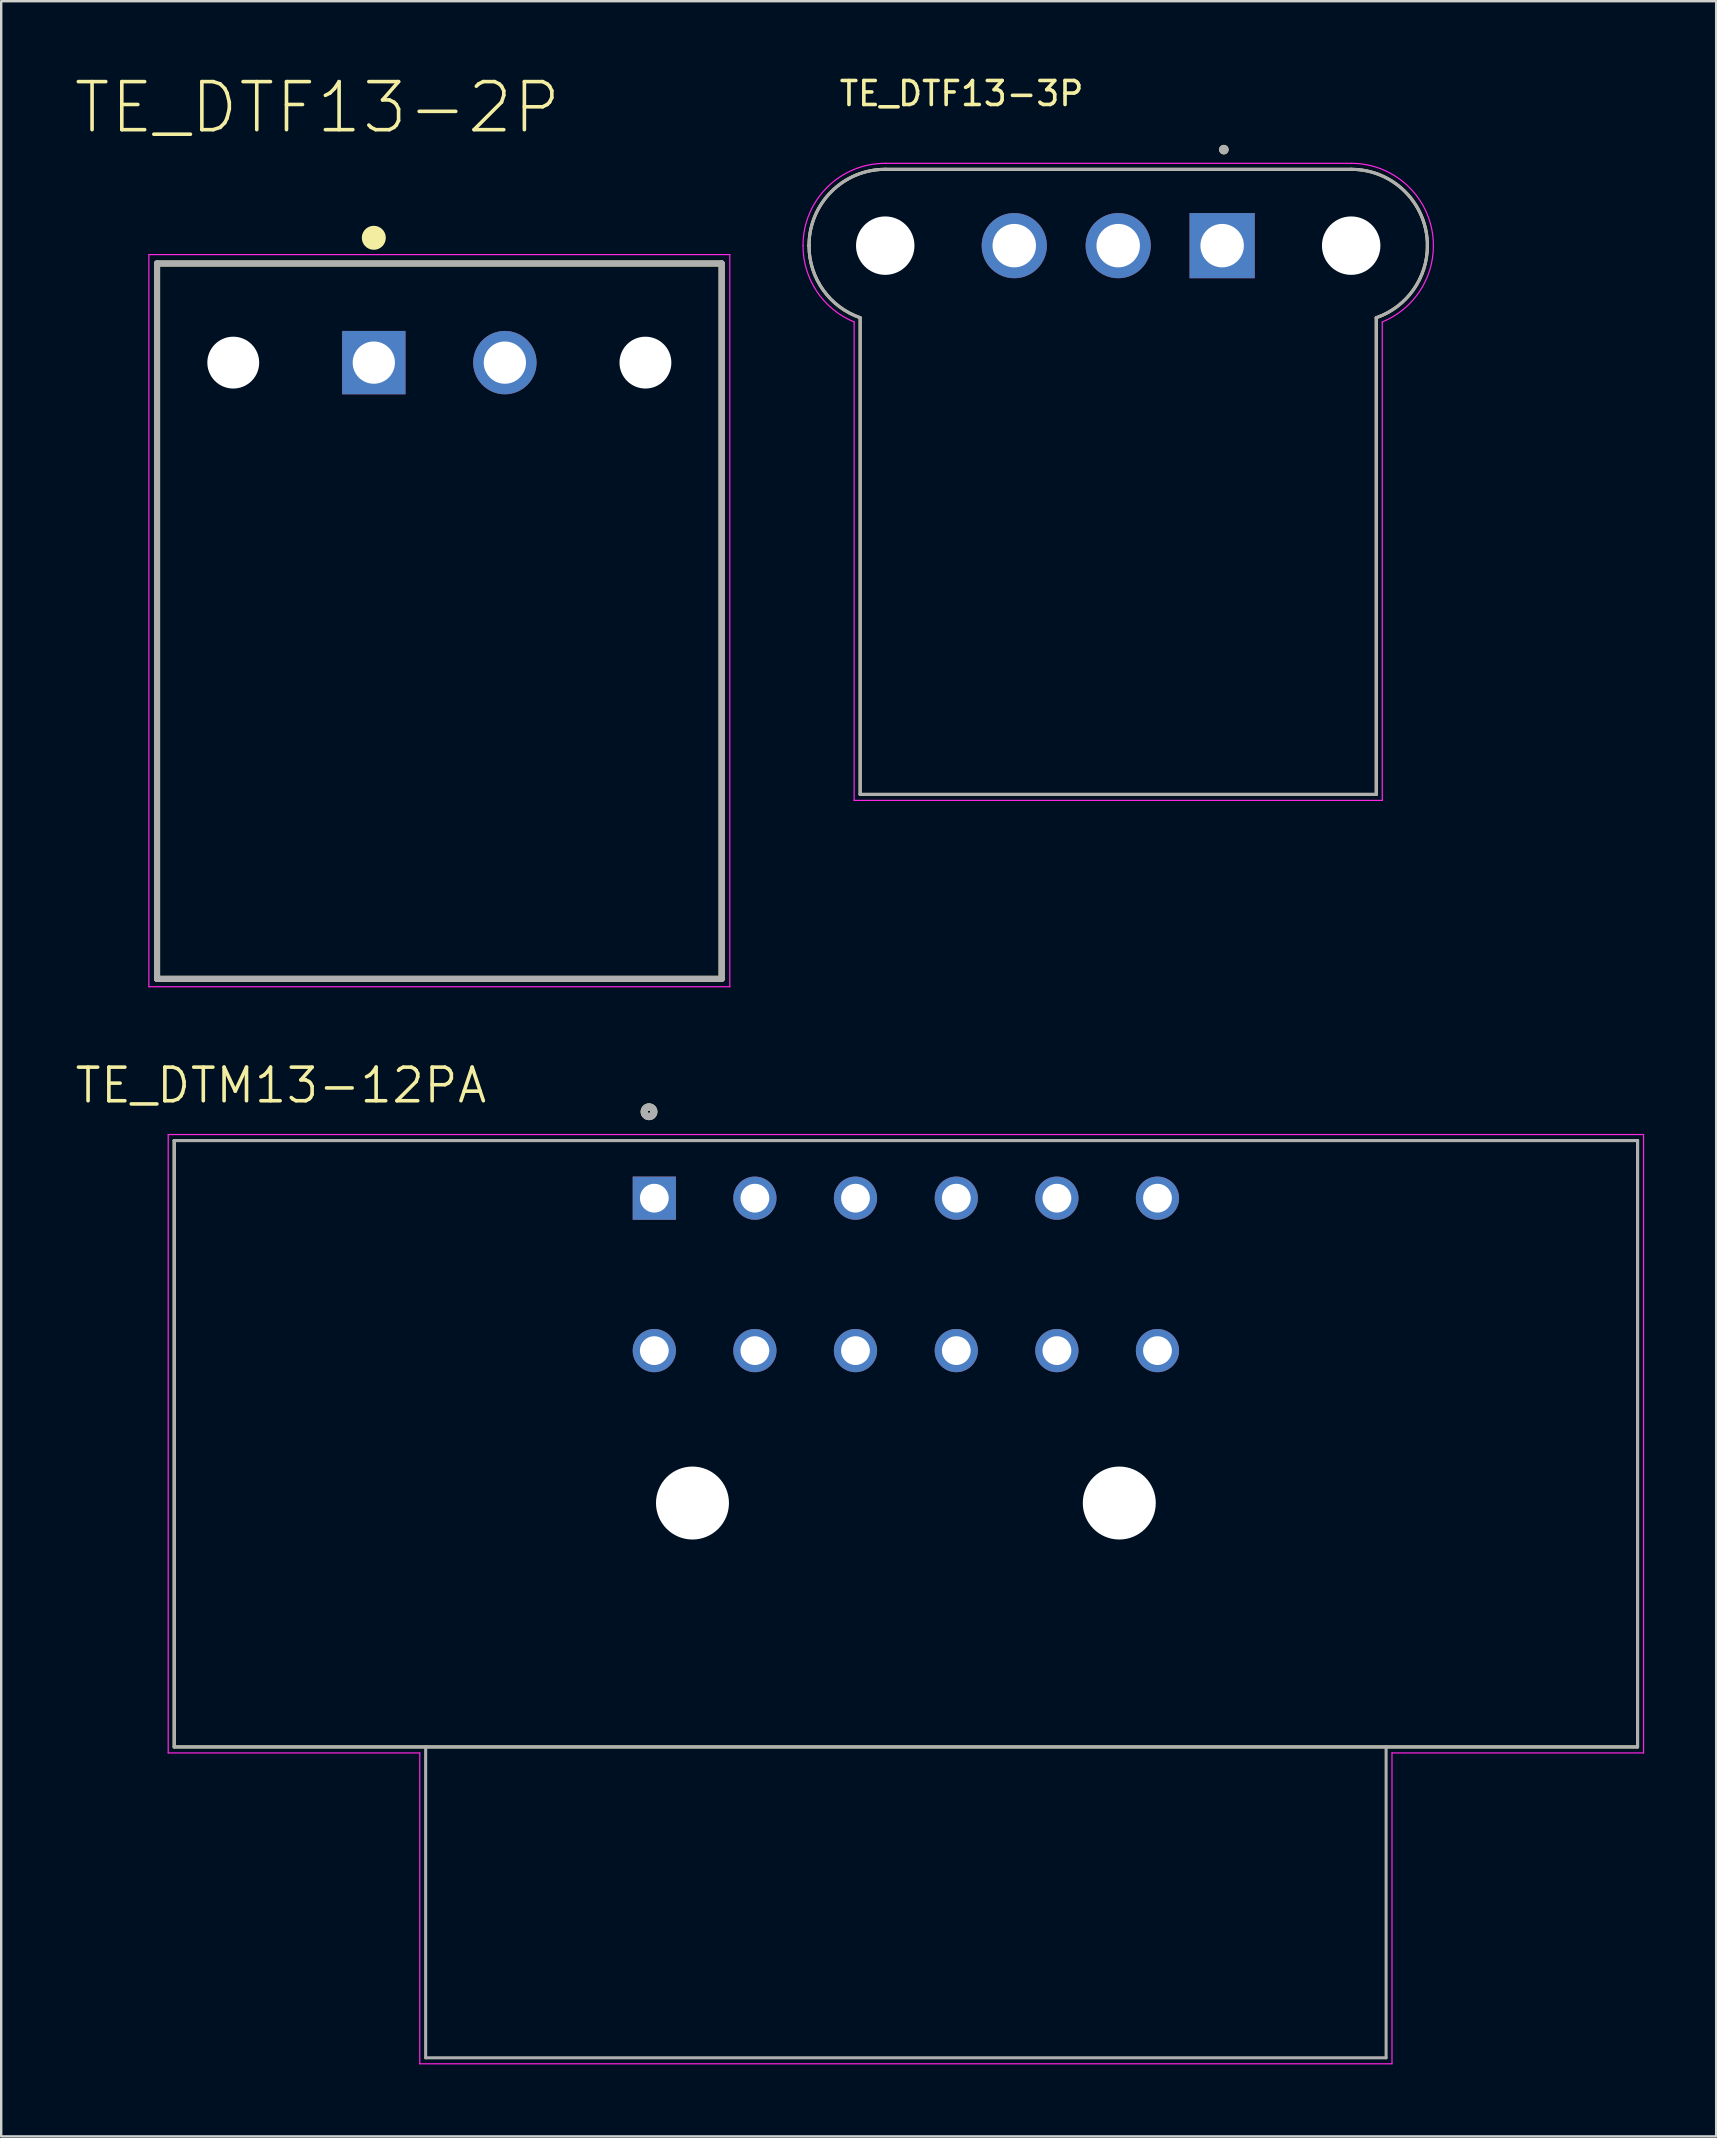
<source format=kicad_pcb>
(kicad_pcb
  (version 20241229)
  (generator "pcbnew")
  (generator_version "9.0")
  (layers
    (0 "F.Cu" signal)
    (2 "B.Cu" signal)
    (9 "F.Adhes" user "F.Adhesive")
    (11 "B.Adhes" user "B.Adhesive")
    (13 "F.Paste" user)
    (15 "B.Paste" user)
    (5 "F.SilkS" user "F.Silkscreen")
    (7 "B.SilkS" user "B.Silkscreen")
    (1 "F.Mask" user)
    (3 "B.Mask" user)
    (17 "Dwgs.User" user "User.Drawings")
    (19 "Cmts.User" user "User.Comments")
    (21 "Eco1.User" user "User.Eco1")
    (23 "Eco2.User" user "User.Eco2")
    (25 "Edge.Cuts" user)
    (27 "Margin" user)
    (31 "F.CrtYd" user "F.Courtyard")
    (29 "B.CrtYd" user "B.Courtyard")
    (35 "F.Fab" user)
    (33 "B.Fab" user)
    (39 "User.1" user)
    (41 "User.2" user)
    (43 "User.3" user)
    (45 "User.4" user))
  (footprint "TE_DTF13-3P"
    (layer "F.Cu")
    (at 43.532 7.183)
    (property "Reference" "TE_DTF13-3P" (at -6.525 -6.335 0) (layer "F.SilkS") (effects (font (size 1 1) (thickness 0.15))))
    (attr through_hole)
    (fp_line (start -12.88 0.005) (end -12.88 -0.005) (stroke (width 0.127) (type solid)) (layer "F.SilkS"))
    (fp_line (start -10.75 22.86) (end -10.75 3.002) (stroke (width 0.127) (type solid)) (layer "F.SilkS"))
    (fp_line (start -9.705 -3.18) (end 9.705 -3.18) (stroke (width 0.127) (type solid)) (layer "F.SilkS"))
    (fp_line (start 10.75 22.86) (end -10.75 22.86) (stroke (width 0.127) (type solid)) (layer "F.SilkS"))
    (fp_line (start 10.75 22.86) (end 10.75 3.002) (stroke (width 0.127) (type solid)) (layer "F.SilkS"))
    (fp_line (start 12.88 -0.005) (end 12.88 0.005) (stroke (width 0.127) (type solid)) (layer "F.SilkS"))
    (fp_arc (start -12.88 -0.005) (mid -11.950064 -2.250064) (end -9.705 -3.18) (stroke (width 0.127) (type solid)) (layer "F.SilkS"))
    (fp_arc (start -10.75 3.002) (mid -12.293593 1.843641) (end -12.88 0.005) (stroke (width 0.127) (type solid)) (layer "F.SilkS"))
    (fp_arc (start 9.705 -3.18) (mid 11.950064 -2.250064) (end 12.88 -0.005) (stroke (width 0.127) (type solid)) (layer "F.SilkS"))
    (fp_arc (start 12.88 0.005) (mid 12.293592 1.843641) (end 10.75 3.002) (stroke (width 0.127) (type solid)) (layer "F.SilkS"))
    (fp_circle (center 4.4 -4) (end 4.5 -4) (stroke (width 0.2) (type solid)) (fill no) (layer "F.SilkS"))
    (fp_line (start -11 3.179) (end -11 23.11) (stroke (width 0.05) (type solid)) (layer "F.CrtYd"))
    (fp_line (start -11 23.11) (end 11 23.11) (stroke (width 0.05) (type solid)) (layer "F.CrtYd"))
    (fp_line (start 9.705 -3.43) (end -9.705 -3.43) (stroke (width 0.05) (type solid)) (layer "F.CrtYd"))
    (fp_line (start 11 23.11) (end 11 3.179) (stroke (width 0.05) (type solid)) (layer "F.CrtYd"))
    (fp_arc (start -13.13 -0.005) (mid -12.126841 -2.426841) (end -9.705 -3.43) (stroke (width 0.05) (type solid)) (layer "F.CrtYd"))
    (fp_arc (start -11 3.17878) (mid -12.551689 1.912493) (end -13.13 -0.005) (stroke (width 0.05) (type solid)) (layer "F.CrtYd"))
    (fp_arc (start 9.705 -3.43) (mid 12.126841 -2.426841) (end 13.13 -0.005) (stroke (width 0.05) (type solid)) (layer "F.CrtYd"))
    (fp_arc (start 13.13 -0.005) (mid 12.55169 1.912493) (end 11 3.17878) (stroke (width 0.05) (type solid)) (layer "F.CrtYd"))
    (fp_line (start -12.88 0.005) (end -12.88 -0.005) (stroke (width 0.127) (type solid)) (layer "F.Fab"))
    (fp_line (start -10.75 22.86) (end -10.75 3.002) (stroke (width 0.127) (type solid)) (layer "F.Fab"))
    (fp_line (start -9.705 -3.18) (end 9.705 -3.18) (stroke (width 0.127) (type solid)) (layer "F.Fab"))
    (fp_line (start 10.75 22.86) (end -10.75 22.86) (stroke (width 0.127) (type solid)) (layer "F.Fab"))
    (fp_line (start 10.75 22.86) (end 10.75 3.002) (stroke (width 0.127) (type solid)) (layer "F.Fab"))
    (fp_line (start 12.88 -0.005) (end 12.88 0.005) (stroke (width 0.127) (type solid)) (layer "F.Fab"))
    (fp_arc (start -12.88 -0.005) (mid -11.950064 -2.250064) (end -9.705 -3.18) (stroke (width 0.127) (type solid)) (layer "F.Fab"))
    (fp_arc (start -10.75 3.002) (mid -12.293593 1.843641) (end -12.88 0.005) (stroke (width 0.127) (type solid)) (layer "F.Fab"))
    (fp_arc (start 9.705 -3.18) (mid 11.950064 -2.250064) (end 12.88 -0.005) (stroke (width 0.127) (type solid)) (layer "F.Fab"))
    (fp_arc (start 12.88 0.005) (mid 12.293592 1.843641) (end 10.75 3.002) (stroke (width 0.127) (type solid)) (layer "F.Fab"))
    (fp_circle (center 4.4 -4) (end 4.5 -4) (stroke (width 0.2) (type solid)) (fill no) (layer "F.Fab"))
    (pad "" np_thru_hole circle (at -9.705 0) (size 2.434 2.434) (drill 2.434) (layers "*.Cu" "*.Mask"))
    (pad "" np_thru_hole circle (at 9.705 0) (size 2.434 2.434) (drill 2.434) (layers "*.Cu" "*.Mask"))
    (pad "1" thru_hole rect (at 4.33 0) (size 2.715 2.715) (drill 1.81) (layers "*.Cu" "*.Mask"))
    (pad "2" thru_hole circle (at 0 0) (size 2.715 2.715) (drill 1.81) (layers "*.Cu" "*.Mask"))
    (pad "3" thru_hole circle (at -4.33 0) (size 2.715 2.715) (drill 1.81) (layers "*.Cu" "*.Mask")))
  (footprint "TE_DTF13-2P"
    (layer "F.Cu")
    (at 15.252 12.056)
    (property "Reference" "TE_DTF13-2P" (at -5.081 -10.623 0) (layer "F.SilkS") (effects (font (size 2.001 2.001) (thickness 0.15))))
    (attr through_hole)
    (fp_line (start -11.76 -4.13) (end 11.76 -4.13) (stroke (width 0.254) (type solid)) (layer "F.SilkS"))
    (fp_line (start -11.76 25.67) (end -11.76 -4.13) (stroke (width 0.254) (type solid)) (layer "F.SilkS"))
    (fp_line (start 11.76 -4.13) (end 11.76 25.67) (stroke (width 0.254) (type solid)) (layer "F.SilkS"))
    (fp_line (start 11.76 25.67) (end -11.76 25.67) (stroke (width 0.254) (type solid)) (layer "F.SilkS"))
    (fp_circle (center -2.73 -5.2) (end -2.48 -5.2) (stroke (width 0.5) (type solid)) (fill no) (layer "F.SilkS"))
    (fp_line (start -12.1 -4.5) (end 12.1 -4.5) (stroke (width 0.05) (type solid)) (layer "F.CrtYd"))
    (fp_line (start -12.1 26) (end -12.1 -4.5) (stroke (width 0.05) (type solid)) (layer "F.CrtYd"))
    (fp_line (start 12.1 -4.5) (end 12.1 26) (stroke (width 0.05) (type solid)) (layer "F.CrtYd"))
    (fp_line (start 12.1 26) (end -12.1 26) (stroke (width 0.05) (type solid)) (layer "F.CrtYd"))
    (fp_line (start -11.76 -4.13) (end 11.76 -4.13) (stroke (width 0.254) (type solid)) (layer "F.Fab"))
    (fp_line (start -11.76 25.67) (end -11.76 -4.13) (stroke (width 0.254) (type solid)) (layer "F.Fab"))
    (fp_line (start 11.76 -4.13) (end 11.76 25.67) (stroke (width 0.254) (type solid)) (layer "F.Fab"))
    (fp_line (start 11.76 25.67) (end -11.76 25.67) (stroke (width 0.254) (type solid)) (layer "F.Fab"))
    (pad "" np_thru_hole circle (at -8.585 0) (size 2.16 2.16) (drill 2.16) (layers "*.Cu" "*.Mask"))
    (pad "" np_thru_hole circle (at 8.585 0) (size 2.16 2.16) (drill 2.16) (layers "*.Cu" "*.Mask"))
    (pad "1" thru_hole rect (at -2.73 0) (size 2.64 2.64) (drill 1.76) (layers "*.Cu" "*.Mask"))
    (pad "2" thru_hole circle (at 2.73 0) (size 2.64 2.64) (drill 1.76) (layers "*.Cu" "*.Mask")))
  (footprint "TE_DTM13-12PA"
    (layer "F.Cu")
    (at 34.687 59.563)
    (property "Reference" "TE_DTM13-12PA" (at -26.035 -17.399 0) (layer "F.SilkS") (effects (font (size 1.4 1.4) (thickness 0.15))))
    (attr through_hole)
    (fp_line (start -30.48 -15.1) (end 30.48 -15.1) (stroke (width 0.127) (type solid)) (layer "F.SilkS"))
    (fp_line (start -30.48 10.16) (end -30.48 -15.1) (stroke (width 0.127) (type solid)) (layer "F.SilkS"))
    (fp_line (start 30.48 -15.1) (end 30.48 10.16) (stroke (width 0.127) (type solid)) (layer "F.SilkS"))
    (fp_line (start 30.48 10.16) (end -30.48 10.16) (stroke (width 0.127) (type solid)) (layer "F.SilkS"))
    (fp_circle (center -10.7 -16.3) (end -10.5 -16.3) (stroke (width 0.3) (type solid)) (fill no) (layer "F.SilkS"))
    (fp_line (start -30.73 -15.35) (end 30.73 -15.35) (stroke (width 0.05) (type solid)) (layer "F.CrtYd"))
    (fp_line (start -30.73 10.41) (end -30.73 -15.35) (stroke (width 0.05) (type solid)) (layer "F.CrtYd"))
    (fp_line (start -20.25 10.41) (end -30.73 10.41) (stroke (width 0.05) (type solid)) (layer "F.CrtYd"))
    (fp_line (start -20.25 23.36) (end -20.25 10.41) (stroke (width 0.05) (type solid)) (layer "F.CrtYd"))
    (fp_line (start 20.25 10.41) (end 20.25 23.36) (stroke (width 0.05) (type solid)) (layer "F.CrtYd"))
    (fp_line (start 20.25 23.36) (end -20.25 23.36) (stroke (width 0.05) (type solid)) (layer "F.CrtYd"))
    (fp_line (start 30.73 -15.35) (end 30.73 10.41) (stroke (width 0.05) (type solid)) (layer "F.CrtYd"))
    (fp_line (start 30.73 10.41) (end 20.25 10.41) (stroke (width 0.05) (type solid)) (layer "F.CrtYd"))
    (fp_line (start -30.48 -15.1) (end 30.48 -15.1) (stroke (width 0.127) (type solid)) (layer "F.Fab"))
    (fp_line (start -30.48 10.16) (end -30.48 -15.1) (stroke (width 0.127) (type solid)) (layer "F.Fab"))
    (fp_line (start -20.005 10.16) (end -30.48 10.16) (stroke (width 0.127) (type solid)) (layer "F.Fab"))
    (fp_line (start -20.005 23.11) (end -20.005 10.16) (stroke (width 0.127) (type solid)) (layer "F.Fab"))
    (fp_line (start 20.005 10.16) (end -20.005 10.16) (stroke (width 0.127) (type solid)) (layer "F.Fab"))
    (fp_line (start 20.005 10.16) (end 20.005 23.11) (stroke (width 0.127) (type solid)) (layer "F.Fab"))
    (fp_line (start 20.005 23.11) (end -20.005 23.11) (stroke (width 0.127) (type solid)) (layer "F.Fab"))
    (fp_line (start 30.48 -15.1) (end 30.48 10.16) (stroke (width 0.127) (type solid)) (layer "F.Fab"))
    (fp_line (start 30.48 10.16) (end 20.005 10.16) (stroke (width 0.127) (type solid)) (layer "F.Fab"))
    (fp_circle (center -10.7 -16.3) (end -10.5 -16.3) (stroke (width 0.3) (type solid)) (fill no) (layer "F.Fab"))
    (pad "" np_thru_hole circle (at -8.89 0) (size 3.04 3.04) (drill 3.04) (layers "*.Cu" "*.Mask"))
    (pad "" np_thru_hole circle (at 8.89 0) (size 3.04 3.04) (drill 3.04) (layers "*.Cu" "*.Mask"))
    (pad "1" thru_hole rect (at -10.48 -12.7) (size 1.8 1.8) (drill 1.2) (layers "*.Cu" "*.Mask"))
    (pad "2" thru_hole circle (at -6.29 -12.7) (size 1.8 1.8) (drill 1.2) (layers "*.Cu" "*.Mask"))
    (pad "3" thru_hole circle (at -2.1 -12.7) (size 1.8 1.8) (drill 1.2) (layers "*.Cu" "*.Mask"))
    (pad "4" thru_hole circle (at 2.1 -12.7) (size 1.8 1.8) (drill 1.2) (layers "*.Cu" "*.Mask"))
    (pad "5" thru_hole circle (at 6.29 -12.7) (size 1.8 1.8) (drill 1.2) (layers "*.Cu" "*.Mask"))
    (pad "6" thru_hole circle (at 10.48 -12.7) (size 1.8 1.8) (drill 1.2) (layers "*.Cu" "*.Mask"))
    (pad "7" thru_hole circle (at 10.48 -6.35) (size 1.8 1.8) (drill 1.2) (layers "*.Cu" "*.Mask"))
    (pad "8" thru_hole circle (at 6.29 -6.35) (size 1.8 1.8) (drill 1.2) (layers "*.Cu" "*.Mask"))
    (pad "9" thru_hole circle (at 2.1 -6.35) (size 1.8 1.8) (drill 1.2) (layers "*.Cu" "*.Mask"))
    (pad "10" thru_hole circle (at -2.1 -6.35) (size 1.8 1.8) (drill 1.2) (layers "*.Cu" "*.Mask"))
    (pad "11" thru_hole circle (at -6.29 -6.35) (size 1.8 1.8) (drill 1.2) (layers "*.Cu" "*.Mask"))
    (pad "12" thru_hole circle (at -10.48 -6.35) (size 1.8 1.8) (drill 1.2) (layers "*.Cu" "*.Mask")))
  (gr_rect
    (start -3 -3)
    (end 68.442 85.948)
    (stroke (width 0.1) (type default))
    (fill no)
    (layer "Edge.Cuts")))
</source>
